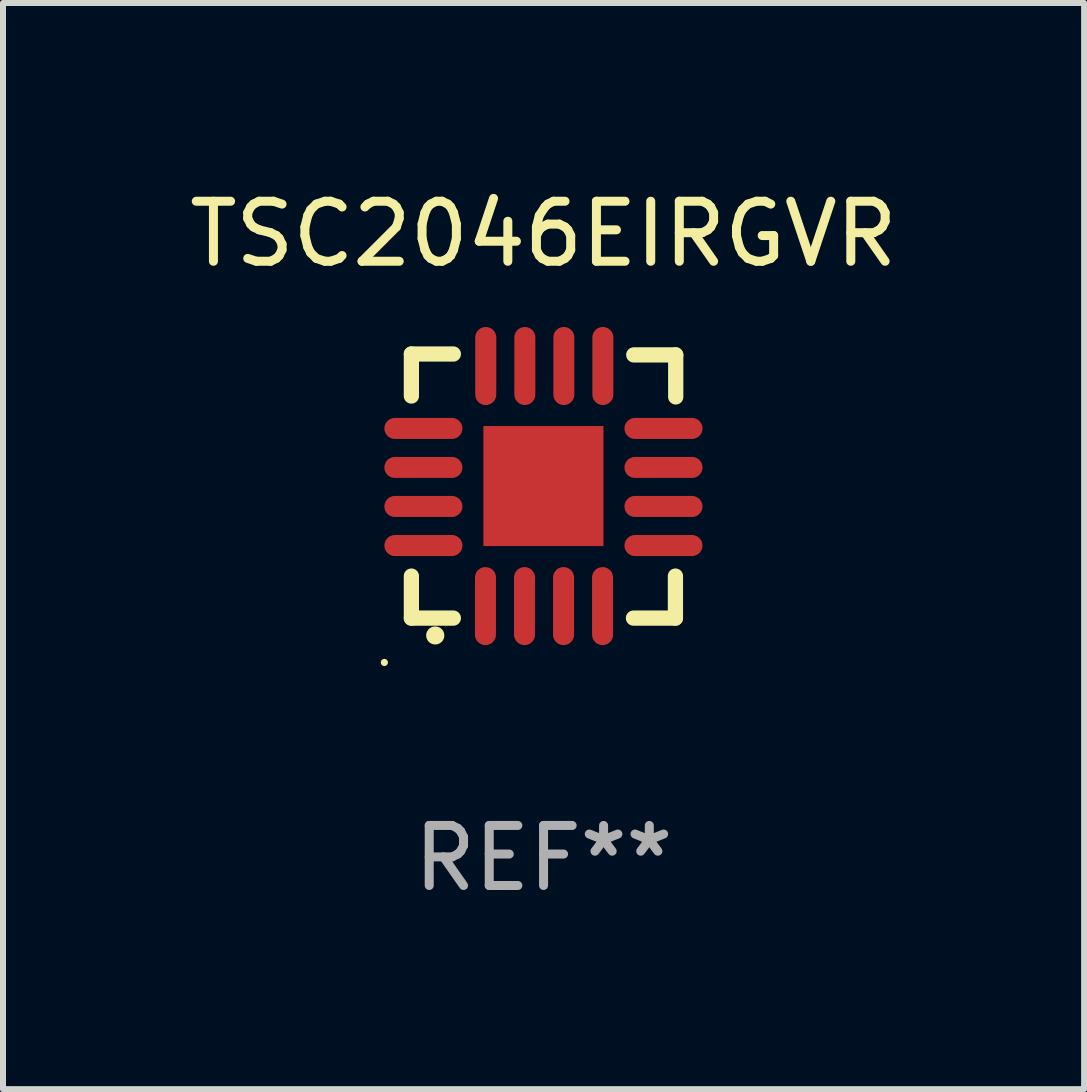
<source format=kicad_pcb>
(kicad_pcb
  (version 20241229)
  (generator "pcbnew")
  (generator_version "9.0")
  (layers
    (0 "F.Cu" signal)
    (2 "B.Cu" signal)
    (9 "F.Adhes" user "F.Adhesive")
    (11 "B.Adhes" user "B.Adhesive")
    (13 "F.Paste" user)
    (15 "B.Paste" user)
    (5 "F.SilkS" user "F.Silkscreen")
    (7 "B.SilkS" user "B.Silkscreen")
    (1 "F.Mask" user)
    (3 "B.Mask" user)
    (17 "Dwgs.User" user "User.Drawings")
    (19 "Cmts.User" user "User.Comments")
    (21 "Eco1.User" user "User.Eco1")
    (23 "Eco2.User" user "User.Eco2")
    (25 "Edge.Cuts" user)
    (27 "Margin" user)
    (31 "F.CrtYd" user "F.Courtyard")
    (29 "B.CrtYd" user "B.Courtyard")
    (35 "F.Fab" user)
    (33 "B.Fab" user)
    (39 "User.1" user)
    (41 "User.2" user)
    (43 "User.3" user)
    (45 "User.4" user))
  (footprint "TSC2046EIRGVR"
    (layer "F.Cu")
    (at 6.006 5.048)
    (property "Reference" "TSC2046EIRGVR" (at 0 -4.2 0) (layer "F.SilkS") (effects (font (size 1 1) (thickness 0.15))))
    (attr through_hole)
    (fp_line (start -2.202 -2.2) (end -2.202 -1.5) (stroke (width 0.254) (type solid)) (layer "F.SilkS"))
    (fp_line (start -2.202 2.2) (end -2.202 1.5) (stroke (width 0.254) (type solid)) (layer "F.SilkS"))
    (fp_line (start -1.503 -2.2) (end -2.202 -2.2) (stroke (width 0.254) (type solid)) (layer "F.SilkS"))
    (fp_line (start -1.503 2.2) (end -2.202 2.2) (stroke (width 0.254) (type solid)) (layer "F.SilkS"))
    (fp_line (start 1.498 2.2) (end 2.197 2.2) (stroke (width 0.254) (type solid)) (layer "F.SilkS"))
    (fp_line (start 2.197 2.2) (end 2.197 1.5) (stroke (width 0.254) (type solid)) (layer "F.SilkS"))
    (fp_line (start 2.202 -2.185) (end 1.503 -2.185) (stroke (width 0.254) (type solid)) (layer "F.SilkS"))
    (fp_line (start 2.202 -1.485) (end 2.202 -2.185) (stroke (width 0.254) (type solid)) (layer "F.SilkS"))
    (fp_arc (start -1.805944 2.489205) (mid -1.804674 2.4892) (end -1.803404 2.489205) (stroke (width 0.3) (type solid)) (layer "F.SilkS"))
    (fp_circle (center -2.652 2.939) (end -2.622 2.939) (stroke (width 0.06) (type solid)) (fill no) (layer "F.SilkS"))
    (fp_text user "REF**" (at 0 6.2 0) (layer "F.Fab") (effects (font (size 1 1) (thickness 0.15))))
    (pad "1" smd oval (at -0.968 2) (size 0.35 1.3) (layers "F.Cu" "F.Mask" "F.Paste"))
    (pad "2" smd oval (at -0.317 2) (size 0.35 1.3) (layers "F.Cu" "F.Mask" "F.Paste"))
    (pad "3" smd oval (at 0.333 2) (size 0.35 1.3) (layers "F.Cu" "F.Mask" "F.Paste"))
    (pad "4" smd oval (at 0.983 2) (size 0.35 1.3) (layers "F.Cu" "F.Mask" "F.Paste"))
    (pad "5" smd oval (at 1.998 0.991 90) (size 0.35 1.3) (layers "F.Cu" "F.Mask" "F.Paste"))
    (pad "6" smd oval (at 1.998 0.34 90) (size 0.35 1.3) (layers "F.Cu" "F.Mask" "F.Paste"))
    (pad "7" smd oval (at 1.998 -0.31 90) (size 0.35 1.3) (layers "F.Cu" "F.Mask" "F.Paste"))
    (pad "8" smd oval (at 1.998 -0.96 90) (size 0.35 1.3) (layers "F.Cu" "F.Mask" "F.Paste"))
    (pad "9" smd oval (at 0.988 -2) (size 0.35 1.3) (layers "F.Cu" "F.Mask" "F.Paste"))
    (pad "10" smd oval (at 0.338 -2) (size 0.35 1.3) (layers "F.Cu" "F.Mask" "F.Paste"))
    (pad "11" smd oval (at -0.312 -2) (size 0.35 1.3) (layers "F.Cu" "F.Mask" "F.Paste"))
    (pad "12" smd oval (at -0.963 -2) (size 0.35 1.3) (layers "F.Cu" "F.Mask" "F.Paste"))
    (pad "13" smd oval (at -2.002 -0.96 90) (size 0.35 1.3) (layers "F.Cu" "F.Mask" "F.Paste"))
    (pad "14" smd oval (at -2.002 -0.31 90) (size 0.35 1.3) (layers "F.Cu" "F.Mask" "F.Paste"))
    (pad "15" smd oval (at -2.002 0.34 90) (size 0.35 1.3) (layers "F.Cu" "F.Mask" "F.Paste"))
    (pad "16" smd oval (at -2.002 0.991 90) (size 0.35 1.3) (layers "F.Cu" "F.Mask" "F.Paste"))
    (pad "17" smd rect (at -0.002 0.000127 90) (size 2 2) (layers "F.Cu" "F.Mask" "F.Paste")))
  (gr_rect
    (start -3 -3)
    (end 15.012 15.096)
    (stroke (width 0.1) (type default))
    (fill no)
    (layer "Edge.Cuts")))
</source>
